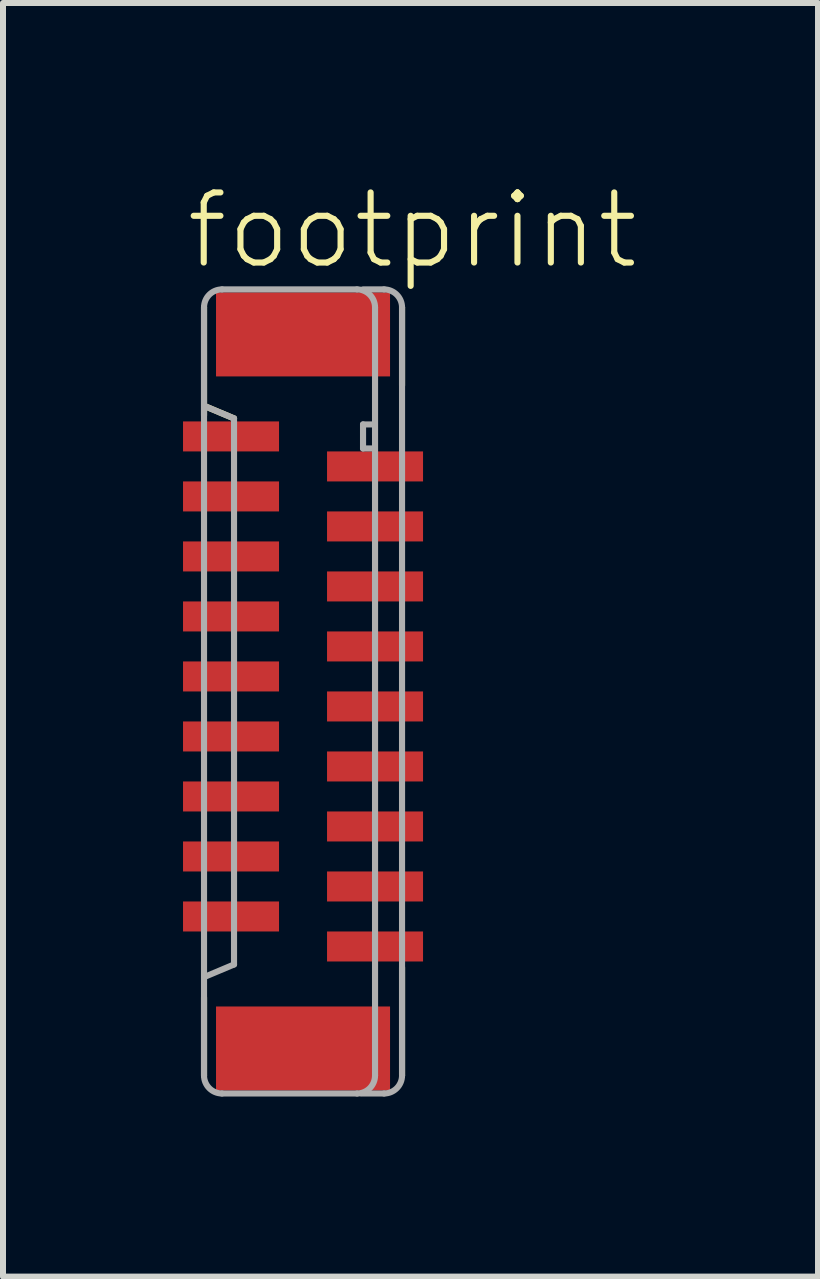
<source format=kicad_pcb>
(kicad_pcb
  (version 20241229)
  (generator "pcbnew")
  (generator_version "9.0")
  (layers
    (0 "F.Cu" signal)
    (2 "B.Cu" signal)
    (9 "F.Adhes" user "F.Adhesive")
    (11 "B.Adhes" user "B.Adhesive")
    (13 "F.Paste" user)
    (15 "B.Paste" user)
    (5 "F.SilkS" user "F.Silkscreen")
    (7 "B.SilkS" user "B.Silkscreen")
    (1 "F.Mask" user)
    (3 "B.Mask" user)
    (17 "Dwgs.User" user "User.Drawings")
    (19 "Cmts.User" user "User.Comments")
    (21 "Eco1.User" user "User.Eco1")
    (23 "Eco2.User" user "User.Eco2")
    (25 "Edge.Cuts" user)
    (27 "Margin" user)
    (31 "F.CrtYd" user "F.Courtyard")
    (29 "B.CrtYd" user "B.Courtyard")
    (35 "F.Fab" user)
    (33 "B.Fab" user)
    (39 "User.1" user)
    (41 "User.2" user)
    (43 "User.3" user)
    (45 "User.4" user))
  (footprint "footprint"
    (layer "F.Cu")
    (at 2 8.473)
    (property "Reference" "footprint" (at -2 -7 0) (layer "F.SilkS") (effects (font (size 1.168 1.168) (thickness 0.102)) (justify left bottom)))
    (fp_line (start -1.65 -6.4) (end -1.65 -4.6) (stroke (width 0.102) (type solid)) (layer "F.SilkS"))
    (fp_line (start -1.65 5.1) (end -1.65 6.4) (stroke (width 0.102) (type solid)) (layer "F.SilkS"))
    (fp_line (start -1.625 -4.75) (end -1.15 -4.55) (stroke (width 0.102) (type solid)) (layer "F.SilkS"))
    (fp_line (start 1.65 -5.1) (end 1.65 -6.4) (stroke (width 0.102) (type solid)) (layer "F.SilkS"))
    (fp_line (start 1.65 6.4) (end 1.65 4.6) (stroke (width 0.102) (type solid)) (layer "F.SilkS"))
    (fp_line (start -1.65 -6.4) (end -1.65 6.4) (stroke (width 0.102) (type solid)) (layer "F.Fab"))
    (fp_line (start -1.625 -4.75) (end -1.15 -4.55) (stroke (width 0.102) (type solid)) (layer "F.Fab"))
    (fp_line (start -1.35 6.7) (end 0.9 6.7) (stroke (width 0.102) (type solid)) (layer "F.Fab"))
    (fp_line (start -1.15 -4.55) (end -1.15 4.55) (stroke (width 0.102) (type solid)) (layer "F.Fab"))
    (fp_line (start -1.15 4.55) (end -1.625 4.75) (stroke (width 0.102) (type solid)) (layer "F.Fab"))
    (fp_line (start 0.9 -6.7) (end -1.35 -6.7) (stroke (width 0.102) (type solid)) (layer "F.Fab"))
    (fp_line (start 0.975 6.7) (end 1.35 6.7) (stroke (width 0.102) (type solid)) (layer "F.Fab"))
    (fp_line (start 1 -6.7) (end 1.35 -6.7) (stroke (width 0.102) (type solid)) (layer "F.Fab"))
    (fp_line (start 1 -4.45) (end 1 -4.05) (stroke (width 0.102) (type solid)) (layer "F.Fab"))
    (fp_line (start 1 -4.05) (end 1.15 -4.05) (stroke (width 0.102) (type solid)) (layer "F.Fab"))
    (fp_line (start 1.15 -4.45) (end 1 -4.45) (stroke (width 0.102) (type solid)) (layer "F.Fab"))
    (fp_line (start 1.2 6.4) (end 1.2 -6.4) (stroke (width 0.102) (type solid)) (layer "F.Fab"))
    (fp_line (start 1.65 6.4) (end 1.65 -6.4) (stroke (width 0.102) (type solid)) (layer "F.Fab"))
    (fp_arc (start -1.65 -6.4) (mid -1.562132 -6.612132) (end -1.35 -6.7) (stroke (width 0.1016) (type solid)) (layer "F.Fab"))
    (fp_arc (start -1.35 6.7) (mid -1.562132 6.612132) (end -1.65 6.4) (stroke (width 0.1016) (type solid)) (layer "F.Fab"))
    (fp_arc (start 0.9 -6.7) (mid 1.112132 -6.612132) (end 1.2 -6.4) (stroke (width 0.1016) (type solid)) (layer "F.Fab"))
    (fp_arc (start 1.2 6.4) (mid 1.112132 6.612132) (end 0.9 6.7) (stroke (width 0.1016) (type solid)) (layer "F.Fab"))
    (fp_arc (start 1.35 -6.7) (mid 1.562132 -6.612132) (end 1.65 -6.4) (stroke (width 0.1016) (type solid)) (layer "F.Fab"))
    (fp_arc (start 1.65 6.4) (mid 1.562132 6.612132) (end 1.35 6.7) (stroke (width 0.1016) (type solid)) (layer "F.Fab"))
    (pad "1" smd rect (at -1.2 -4.25 270) (size 0.5 1.6) (layers "F.Cu" "F.Mask" "F.Paste"))
    (pad "2" smd rect (at 1.2 -3.75 90) (size 0.5 1.6) (layers "F.Cu" "F.Mask" "F.Paste"))
    (pad "3" smd rect (at -1.2 -3.25 270) (size 0.5 1.6) (layers "F.Cu" "F.Mask" "F.Paste"))
    (pad "4" smd rect (at 1.2 -2.75 90) (size 0.5 1.6) (layers "F.Cu" "F.Mask" "F.Paste"))
    (pad "5" smd rect (at -1.2 -2.25 270) (size 0.5 1.6) (layers "F.Cu" "F.Mask" "F.Paste"))
    (pad "6" smd rect (at 1.2 -1.75 90) (size 0.5 1.6) (layers "F.Cu" "F.Mask" "F.Paste"))
    (pad "7" smd rect (at -1.2 -1.25 270) (size 0.5 1.6) (layers "F.Cu" "F.Mask" "F.Paste"))
    (pad "8" smd rect (at 1.2 -0.75 90) (size 0.5 1.6) (layers "F.Cu" "F.Mask" "F.Paste"))
    (pad "9" smd rect (at -1.2 -0.25 270) (size 0.5 1.6) (layers "F.Cu" "F.Mask" "F.Paste"))
    (pad "10" smd rect (at 1.2 0.25 90) (size 0.5 1.6) (layers "F.Cu" "F.Mask" "F.Paste"))
    (pad "11" smd rect (at -1.2 0.75 270) (size 0.5 1.6) (layers "F.Cu" "F.Mask" "F.Paste"))
    (pad "12" smd rect (at 1.2 1.25 90) (size 0.5 1.6) (layers "F.Cu" "F.Mask" "F.Paste"))
    (pad "13" smd rect (at -1.2 1.75 270) (size 0.5 1.6) (layers "F.Cu" "F.Mask" "F.Paste"))
    (pad "14" smd rect (at 1.2 2.25 90) (size 0.5 1.6) (layers "F.Cu" "F.Mask" "F.Paste"))
    (pad "15" smd rect (at -1.2 2.75 270) (size 0.5 1.6) (layers "F.Cu" "F.Mask" "F.Paste"))
    (pad "16" smd rect (at 1.2 3.25 90) (size 0.5 1.6) (layers "F.Cu" "F.Mask" "F.Paste"))
    (pad "17" smd rect (at -1.2 3.75 270) (size 0.5 1.6) (layers "F.Cu" "F.Mask" "F.Paste"))
    (pad "18" smd rect (at 1.2 4.25 90) (size 0.5 1.6) (layers "F.Cu" "F.Mask" "F.Paste"))
    (pad "M1" smd rect (at 0 -5.95 270) (size 1.4 2.9) (layers "F.Cu" "F.Mask" "F.Paste"))
    (pad "M2" smd rect (at 0 5.95 270) (size 1.4 2.9) (layers "F.Cu" "F.Mask" "F.Paste")))
  (gr_rect
    (start -3 -3)
    (end 10.582 18.224)
    (stroke (width 0.1) (type default))
    (fill no)
    (layer "Edge.Cuts")))
</source>
